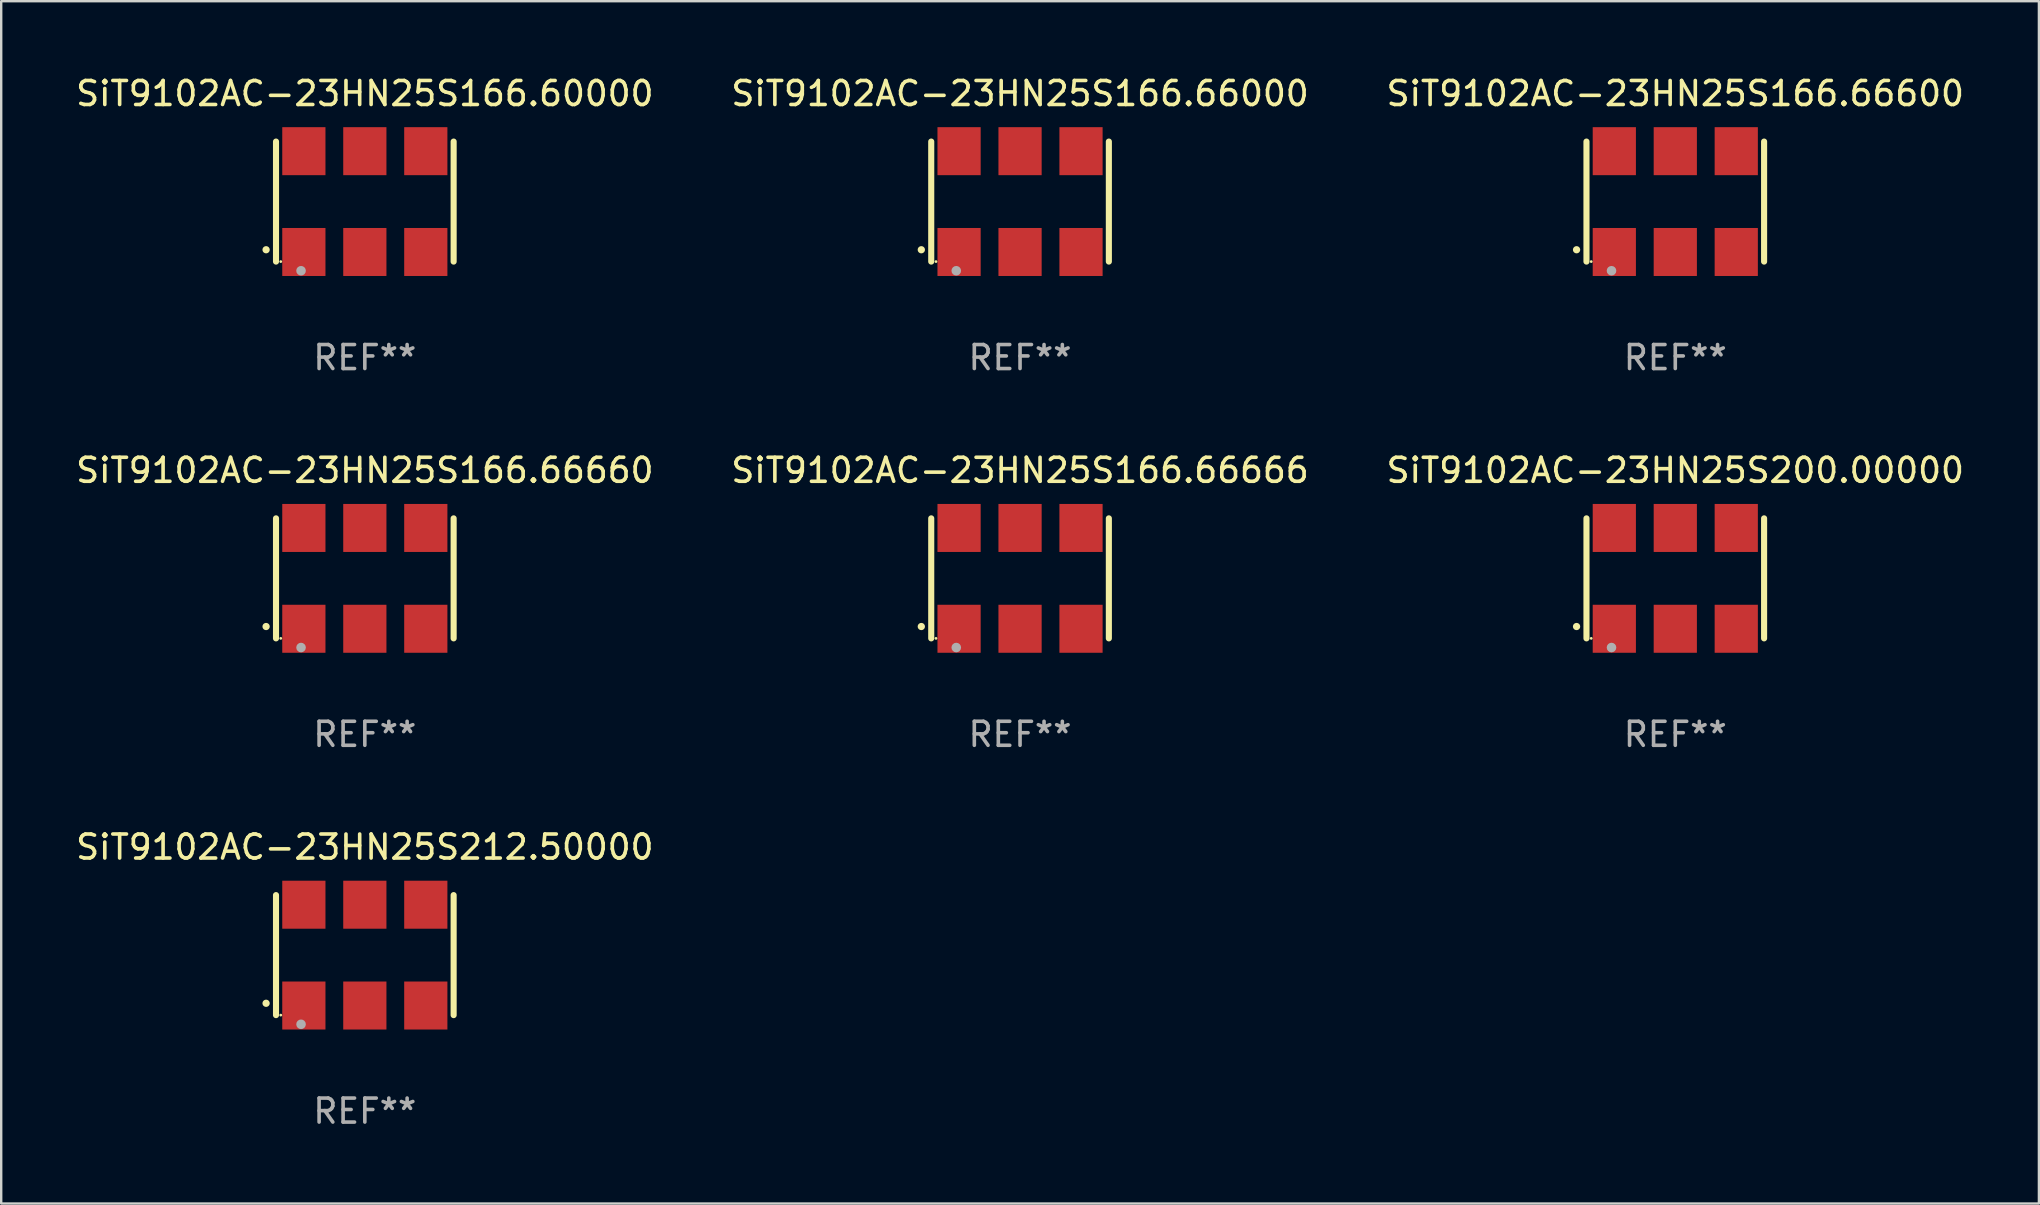
<source format=kicad_pcb>
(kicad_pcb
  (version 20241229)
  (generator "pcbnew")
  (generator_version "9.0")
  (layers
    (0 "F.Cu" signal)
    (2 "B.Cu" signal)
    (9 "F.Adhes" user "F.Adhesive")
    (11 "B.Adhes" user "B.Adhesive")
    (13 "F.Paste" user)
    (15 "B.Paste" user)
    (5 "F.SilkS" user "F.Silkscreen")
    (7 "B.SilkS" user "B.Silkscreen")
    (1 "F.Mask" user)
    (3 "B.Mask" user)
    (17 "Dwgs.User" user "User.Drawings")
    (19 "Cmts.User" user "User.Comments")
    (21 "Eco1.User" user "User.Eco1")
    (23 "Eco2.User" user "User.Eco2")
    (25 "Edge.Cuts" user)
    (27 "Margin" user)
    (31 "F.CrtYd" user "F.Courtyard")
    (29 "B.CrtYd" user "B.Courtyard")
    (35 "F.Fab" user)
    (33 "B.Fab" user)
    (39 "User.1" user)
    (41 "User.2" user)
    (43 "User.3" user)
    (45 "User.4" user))
  (footprint "SiT9102AC-23HN25S166.60000"
    (layer "F.Cu")
    (at 12.149 5.348)
    (property "Reference" "SiT9102AC-23HN25S166.60000" (at 0 -4.5 0) (layer "F.SilkS") (effects (font (size 1 1) (thickness 0.15))))
    (attr through_hole)
    (fp_line (start -3.7 -2.5) (end -3.7 2.5) (stroke (width 0.254) (type solid)) (layer "F.SilkS"))
    (fp_line (start 3.7 -2.5) (end 3.7 2.5) (stroke (width 0.254) (type solid)) (layer "F.SilkS"))
    (fp_arc (start -4.114415 2.006604) (mid -4.113145 2.006599) (end -4.111875 2.006604) (stroke (width 0.3) (type solid)) (layer "F.SilkS"))
    (fp_circle (center -3.502 2.5) (end -3.472 2.5) (stroke (width 0.06) (type solid)) (fill no) (layer "F.SilkS"))
    (fp_circle (center -2.657 2.882) (end -2.557 2.882) (stroke (width 0.2) (type solid)) (fill no) (layer "F.Fab"))
    (fp_text user "REF**" (at 0 6.5 0) (layer "F.Fab") (effects (font (size 1 1) (thickness 0.15))))
    (pad "1" smd rect (at -2.54 2.1) (size 1.8 2) (layers "F.Cu" "F.Mask" "F.Paste"))
    (pad "2" smd rect (at 0.000394 2.1) (size 1.8 2) (layers "F.Cu" "F.Mask" "F.Paste"))
    (pad "3" smd rect (at 2.54 2.1) (size 1.8 2) (layers "F.Cu" "F.Mask" "F.Paste"))
    (pad "4" smd rect (at 2.54 -2.1) (size 1.8 2) (layers "F.Cu" "F.Mask" "F.Paste"))
    (pad "5" smd rect (at 0.000394 -2.1) (size 1.8 2) (layers "F.Cu" "F.Mask" "F.Paste"))
    (pad "6" smd rect (at -2.54 -2.1) (size 1.8 2) (layers "F.Cu" "F.Mask" "F.Paste")))
  (footprint "SiT9102AC-23HN25S166.66600"
    (layer "F.Cu")
    (at 66.744 5.348)
    (property "Reference" "SiT9102AC-23HN25S166.66600" (at 0 -4.5 0) (layer "F.SilkS") (effects (font (size 1 1) (thickness 0.15))))
    (attr through_hole)
    (fp_line (start -3.7 -2.5) (end -3.7 2.5) (stroke (width 0.254) (type solid)) (layer "F.SilkS"))
    (fp_line (start 3.7 -2.5) (end 3.7 2.5) (stroke (width 0.254) (type solid)) (layer "F.SilkS"))
    (fp_arc (start -4.114415 2.006604) (mid -4.113145 2.006599) (end -4.111875 2.006604) (stroke (width 0.3) (type solid)) (layer "F.SilkS"))
    (fp_circle (center -3.502 2.5) (end -3.472 2.5) (stroke (width 0.06) (type solid)) (fill no) (layer "F.SilkS"))
    (fp_circle (center -2.657 2.882) (end -2.557 2.882) (stroke (width 0.2) (type solid)) (fill no) (layer "F.Fab"))
    (fp_text user "REF**" (at 0 6.5 0) (layer "F.Fab") (effects (font (size 1 1) (thickness 0.15))))
    (pad "1" smd rect (at -2.54 2.1) (size 1.8 2) (layers "F.Cu" "F.Mask" "F.Paste"))
    (pad "2" smd rect (at 0.000394 2.1) (size 1.8 2) (layers "F.Cu" "F.Mask" "F.Paste"))
    (pad "3" smd rect (at 2.54 2.1) (size 1.8 2) (layers "F.Cu" "F.Mask" "F.Paste"))
    (pad "4" smd rect (at 2.54 -2.1) (size 1.8 2) (layers "F.Cu" "F.Mask" "F.Paste"))
    (pad "5" smd rect (at 0.000394 -2.1) (size 1.8 2) (layers "F.Cu" "F.Mask" "F.Paste"))
    (pad "6" smd rect (at -2.54 -2.1) (size 1.8 2) (layers "F.Cu" "F.Mask" "F.Paste")))
  (footprint "SiT9102AC-23HN25S212.50000"
    (layer "F.Cu")
    (at 12.149 36.741)
    (property "Reference" "SiT9102AC-23HN25S212.50000" (at 0 -4.5 0) (layer "F.SilkS") (effects (font (size 1 1) (thickness 0.15))))
    (attr through_hole)
    (fp_line (start -3.7 -2.5) (end -3.7 2.5) (stroke (width 0.254) (type solid)) (layer "F.SilkS"))
    (fp_line (start 3.7 -2.5) (end 3.7 2.5) (stroke (width 0.254) (type solid)) (layer "F.SilkS"))
    (fp_arc (start -4.114415 2.006604) (mid -4.113145 2.006599) (end -4.111875 2.006604) (stroke (width 0.3) (type solid)) (layer "F.SilkS"))
    (fp_circle (center -3.502 2.5) (end -3.472 2.5) (stroke (width 0.06) (type solid)) (fill no) (layer "F.SilkS"))
    (fp_circle (center -2.657 2.882) (end -2.557 2.882) (stroke (width 0.2) (type solid)) (fill no) (layer "F.Fab"))
    (fp_text user "REF**" (at 0 6.5 0) (layer "F.Fab") (effects (font (size 1 1) (thickness 0.15))))
    (pad "1" smd rect (at -2.54 2.1) (size 1.8 2) (layers "F.Cu" "F.Mask" "F.Paste"))
    (pad "2" smd rect (at 0.000394 2.1) (size 1.8 2) (layers "F.Cu" "F.Mask" "F.Paste"))
    (pad "3" smd rect (at 2.54 2.1) (size 1.8 2) (layers "F.Cu" "F.Mask" "F.Paste"))
    (pad "4" smd rect (at 2.54 -2.1) (size 1.8 2) (layers "F.Cu" "F.Mask" "F.Paste"))
    (pad "5" smd rect (at 0.000394 -2.1) (size 1.8 2) (layers "F.Cu" "F.Mask" "F.Paste"))
    (pad "6" smd rect (at -2.54 -2.1) (size 1.8 2) (layers "F.Cu" "F.Mask" "F.Paste")))
  (footprint "SiT9102AC-23HN25S166.66660"
    (layer "F.Cu")
    (at 12.149 21.045)
    (property "Reference" "SiT9102AC-23HN25S166.66660" (at 0 -4.5 0) (layer "F.SilkS") (effects (font (size 1 1) (thickness 0.15))))
    (attr through_hole)
    (fp_line (start -3.7 -2.5) (end -3.7 2.5) (stroke (width 0.254) (type solid)) (layer "F.SilkS"))
    (fp_line (start 3.7 -2.5) (end 3.7 2.5) (stroke (width 0.254) (type solid)) (layer "F.SilkS"))
    (fp_arc (start -4.114415 2.006604) (mid -4.113145 2.006599) (end -4.111875 2.006604) (stroke (width 0.3) (type solid)) (layer "F.SilkS"))
    (fp_circle (center -3.502 2.5) (end -3.472 2.5) (stroke (width 0.06) (type solid)) (fill no) (layer "F.SilkS"))
    (fp_circle (center -2.657 2.882) (end -2.557 2.882) (stroke (width 0.2) (type solid)) (fill no) (layer "F.Fab"))
    (fp_text user "REF**" (at 0 6.5 0) (layer "F.Fab") (effects (font (size 1 1) (thickness 0.15))))
    (pad "1" smd rect (at -2.54 2.1) (size 1.8 2) (layers "F.Cu" "F.Mask" "F.Paste"))
    (pad "2" smd rect (at 0.000394 2.1) (size 1.8 2) (layers "F.Cu" "F.Mask" "F.Paste"))
    (pad "3" smd rect (at 2.54 2.1) (size 1.8 2) (layers "F.Cu" "F.Mask" "F.Paste"))
    (pad "4" smd rect (at 2.54 -2.1) (size 1.8 2) (layers "F.Cu" "F.Mask" "F.Paste"))
    (pad "5" smd rect (at 0.000394 -2.1) (size 1.8 2) (layers "F.Cu" "F.Mask" "F.Paste"))
    (pad "6" smd rect (at -2.54 -2.1) (size 1.8 2) (layers "F.Cu" "F.Mask" "F.Paste")))
  (footprint "SiT9102AC-23HN25S166.66000"
    (layer "F.Cu")
    (at 39.446 5.348)
    (property "Reference" "SiT9102AC-23HN25S166.66000" (at 0 -4.5 0) (layer "F.SilkS") (effects (font (size 1 1) (thickness 0.15))))
    (attr through_hole)
    (fp_line (start -3.7 -2.5) (end -3.7 2.5) (stroke (width 0.254) (type solid)) (layer "F.SilkS"))
    (fp_line (start 3.7 -2.5) (end 3.7 2.5) (stroke (width 0.254) (type solid)) (layer "F.SilkS"))
    (fp_arc (start -4.114415 2.006604) (mid -4.113145 2.006599) (end -4.111875 2.006604) (stroke (width 0.3) (type solid)) (layer "F.SilkS"))
    (fp_circle (center -3.502 2.5) (end -3.472 2.5) (stroke (width 0.06) (type solid)) (fill no) (layer "F.SilkS"))
    (fp_circle (center -2.657 2.882) (end -2.557 2.882) (stroke (width 0.2) (type solid)) (fill no) (layer "F.Fab"))
    (fp_text user "REF**" (at 0 6.5 0) (layer "F.Fab") (effects (font (size 1 1) (thickness 0.15))))
    (pad "1" smd rect (at -2.54 2.1) (size 1.8 2) (layers "F.Cu" "F.Mask" "F.Paste"))
    (pad "2" smd rect (at 0.000394 2.1) (size 1.8 2) (layers "F.Cu" "F.Mask" "F.Paste"))
    (pad "3" smd rect (at 2.54 2.1) (size 1.8 2) (layers "F.Cu" "F.Mask" "F.Paste"))
    (pad "4" smd rect (at 2.54 -2.1) (size 1.8 2) (layers "F.Cu" "F.Mask" "F.Paste"))
    (pad "5" smd rect (at 0.000394 -2.1) (size 1.8 2) (layers "F.Cu" "F.Mask" "F.Paste"))
    (pad "6" smd rect (at -2.54 -2.1) (size 1.8 2) (layers "F.Cu" "F.Mask" "F.Paste")))
  (footprint "SiT9102AC-23HN25S166.66666"
    (layer "F.Cu")
    (at 39.446 21.045)
    (property "Reference" "SiT9102AC-23HN25S166.66666" (at 0 -4.5 0) (layer "F.SilkS") (effects (font (size 1 1) (thickness 0.15))))
    (attr through_hole)
    (fp_line (start -3.7 -2.5) (end -3.7 2.5) (stroke (width 0.254) (type solid)) (layer "F.SilkS"))
    (fp_line (start 3.7 -2.5) (end 3.7 2.5) (stroke (width 0.254) (type solid)) (layer "F.SilkS"))
    (fp_arc (start -4.114415 2.006604) (mid -4.113145 2.006599) (end -4.111875 2.006604) (stroke (width 0.3) (type solid)) (layer "F.SilkS"))
    (fp_circle (center -3.502 2.5) (end -3.472 2.5) (stroke (width 0.06) (type solid)) (fill no) (layer "F.SilkS"))
    (fp_circle (center -2.657 2.882) (end -2.557 2.882) (stroke (width 0.2) (type solid)) (fill no) (layer "F.Fab"))
    (fp_text user "REF**" (at 0 6.5 0) (layer "F.Fab") (effects (font (size 1 1) (thickness 0.15))))
    (pad "1" smd rect (at -2.54 2.1) (size 1.8 2) (layers "F.Cu" "F.Mask" "F.Paste"))
    (pad "2" smd rect (at 0.000394 2.1) (size 1.8 2) (layers "F.Cu" "F.Mask" "F.Paste"))
    (pad "3" smd rect (at 2.54 2.1) (size 1.8 2) (layers "F.Cu" "F.Mask" "F.Paste"))
    (pad "4" smd rect (at 2.54 -2.1) (size 1.8 2) (layers "F.Cu" "F.Mask" "F.Paste"))
    (pad "5" smd rect (at 0.000394 -2.1) (size 1.8 2) (layers "F.Cu" "F.Mask" "F.Paste"))
    (pad "6" smd rect (at -2.54 -2.1) (size 1.8 2) (layers "F.Cu" "F.Mask" "F.Paste")))
  (footprint "SiT9102AC-23HN25S200.00000"
    (layer "F.Cu")
    (at 66.744 21.045)
    (property "Reference" "SiT9102AC-23HN25S200.00000" (at 0 -4.5 0) (layer "F.SilkS") (effects (font (size 1 1) (thickness 0.15))))
    (attr through_hole)
    (fp_line (start -3.7 -2.5) (end -3.7 2.5) (stroke (width 0.254) (type solid)) (layer "F.SilkS"))
    (fp_line (start 3.7 -2.5) (end 3.7 2.5) (stroke (width 0.254) (type solid)) (layer "F.SilkS"))
    (fp_arc (start -4.114415 2.006604) (mid -4.113145 2.006599) (end -4.111875 2.006604) (stroke (width 0.3) (type solid)) (layer "F.SilkS"))
    (fp_circle (center -3.502 2.5) (end -3.472 2.5) (stroke (width 0.06) (type solid)) (fill no) (layer "F.SilkS"))
    (fp_circle (center -2.657 2.882) (end -2.557 2.882) (stroke (width 0.2) (type solid)) (fill no) (layer "F.Fab"))
    (fp_text user "REF**" (at 0 6.5 0) (layer "F.Fab") (effects (font (size 1 1) (thickness 0.15))))
    (pad "1" smd rect (at -2.54 2.1) (size 1.8 2) (layers "F.Cu" "F.Mask" "F.Paste"))
    (pad "2" smd rect (at 0.000394 2.1) (size 1.8 2) (layers "F.Cu" "F.Mask" "F.Paste"))
    (pad "3" smd rect (at 2.54 2.1) (size 1.8 2) (layers "F.Cu" "F.Mask" "F.Paste"))
    (pad "4" smd rect (at 2.54 -2.1) (size 1.8 2) (layers "F.Cu" "F.Mask" "F.Paste"))
    (pad "5" smd rect (at 0.000394 -2.1) (size 1.8 2) (layers "F.Cu" "F.Mask" "F.Paste"))
    (pad "6" smd rect (at -2.54 -2.1) (size 1.8 2) (layers "F.Cu" "F.Mask" "F.Paste")))
  (gr_rect
    (start -3 -3)
    (end 81.893 47.09)
    (stroke (width 0.1) (type default))
    (fill no)
    (layer "Edge.Cuts")))
</source>
